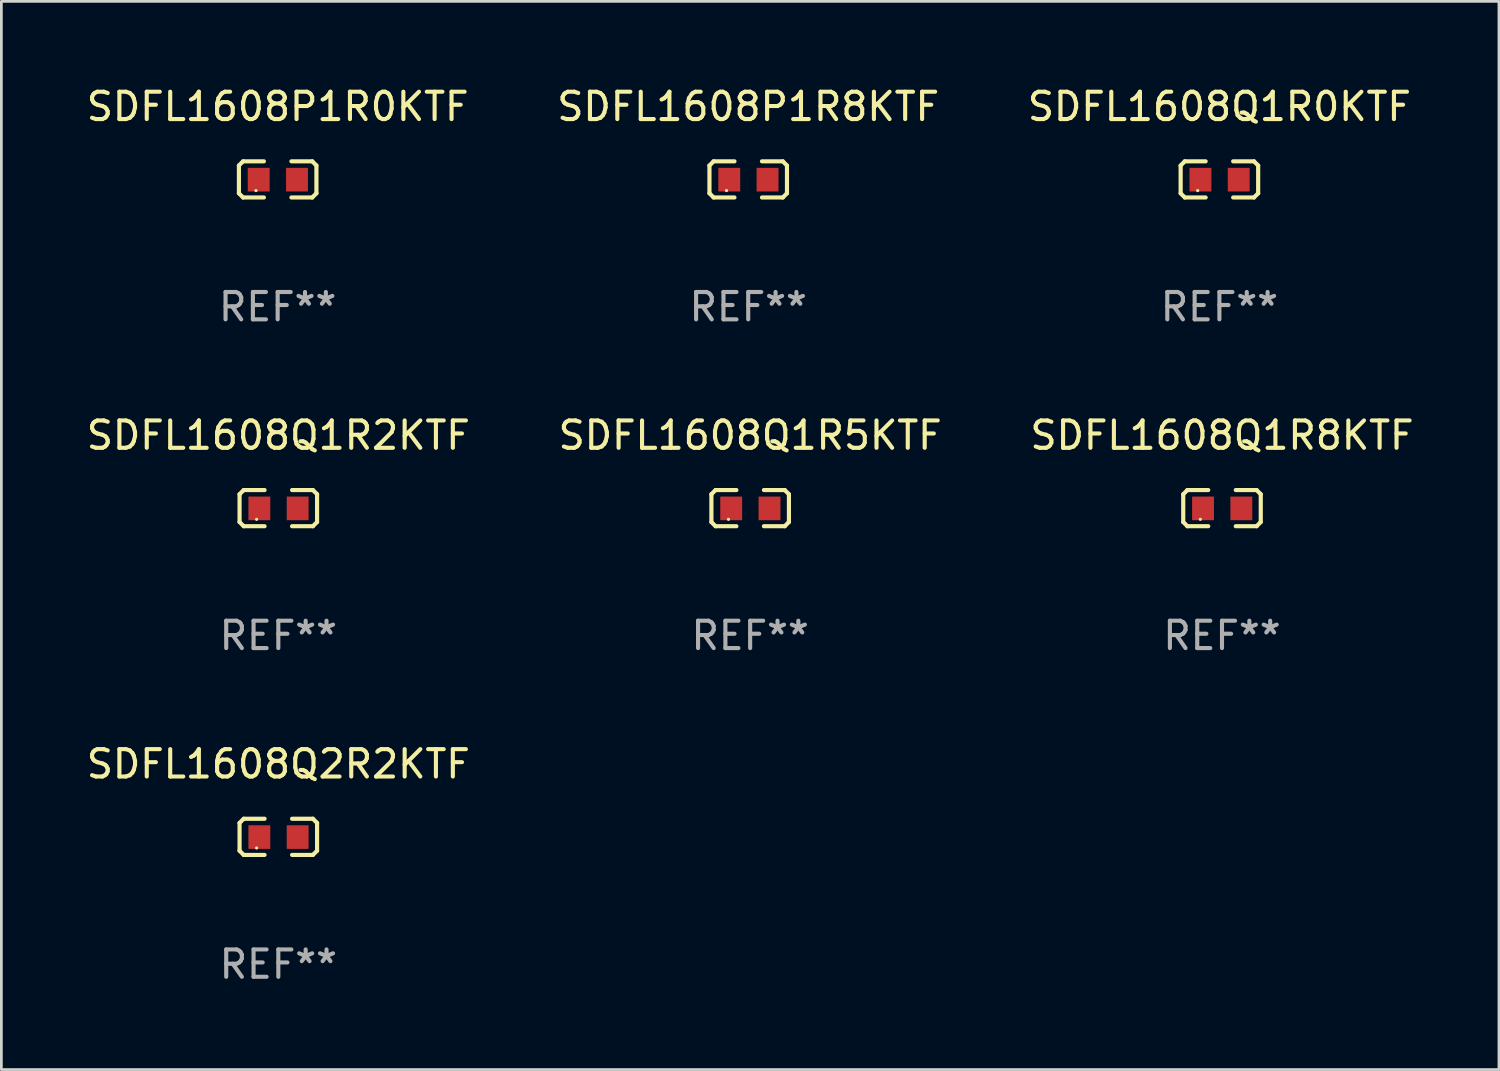
<source format=kicad_pcb>
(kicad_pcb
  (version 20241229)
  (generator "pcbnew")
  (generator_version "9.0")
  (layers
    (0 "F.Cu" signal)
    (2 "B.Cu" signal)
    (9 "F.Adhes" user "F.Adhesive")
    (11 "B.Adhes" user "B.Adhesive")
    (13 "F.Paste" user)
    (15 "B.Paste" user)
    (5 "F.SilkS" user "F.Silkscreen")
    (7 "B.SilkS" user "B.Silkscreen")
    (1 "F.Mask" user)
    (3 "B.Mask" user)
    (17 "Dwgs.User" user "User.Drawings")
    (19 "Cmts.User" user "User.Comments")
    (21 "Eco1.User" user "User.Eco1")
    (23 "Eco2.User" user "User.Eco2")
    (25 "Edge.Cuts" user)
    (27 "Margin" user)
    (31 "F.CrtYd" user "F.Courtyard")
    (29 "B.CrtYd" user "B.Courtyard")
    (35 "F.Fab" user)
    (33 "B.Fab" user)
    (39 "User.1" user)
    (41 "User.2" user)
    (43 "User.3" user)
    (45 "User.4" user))
  (footprint "SDFL1608P1R0KTF"
    (layer "F.Cu")
    (at 7.101 3.509)
    (property "Reference" "SDFL1608P1R0KTF" (at 0 -2.661 0) (layer "F.SilkS") (effects (font (size 1 1) (thickness 0.15))))
    (attr through_hole)
    (fp_line (start -1.417 -0.508) (end -1.265 -0.661) (stroke (width 0.152) (type solid)) (layer "F.SilkS"))
    (fp_line (start -1.417 0.508) (end -1.417 -0.508) (stroke (width 0.152) (type solid)) (layer "F.SilkS"))
    (fp_line (start -1.265 -0.661) (end -0.503 -0.661) (stroke (width 0.152) (type solid)) (layer "F.SilkS"))
    (fp_line (start -1.265 0.661) (end -1.417 0.508) (stroke (width 0.152) (type solid)) (layer "F.SilkS"))
    (fp_line (start -1.265 0.661) (end -0.503 0.661) (stroke (width 0.152) (type solid)) (layer "F.SilkS"))
    (fp_line (start 1.265 -0.661) (end 0.503 -0.661) (stroke (width 0.152) (type solid)) (layer "F.SilkS"))
    (fp_line (start 1.265 -0.661) (end 1.417 -0.508) (stroke (width 0.152) (type solid)) (layer "F.SilkS"))
    (fp_line (start 1.265 0.661) (end 0.503 0.661) (stroke (width 0.152) (type solid)) (layer "F.SilkS"))
    (fp_line (start 1.417 -0.508) (end 1.417 0.508) (stroke (width 0.152) (type solid)) (layer "F.SilkS"))
    (fp_line (start 1.417 0.508) (end 1.265 0.661) (stroke (width 0.152) (type solid)) (layer "F.SilkS"))
    (fp_circle (center -0.793 0.409) (end -0.763 0.409) (stroke (width 0.06) (type solid)) (fill no) (layer "F.SilkS"))
    (fp_text user "REF**" (at 0 4.661 0) (layer "F.Fab") (effects (font (size 1 1) (thickness 0.15))))
    (pad "1" smd rect (at -0.693 0.009 180) (size 0.8 0.864) (layers "F.Cu" "F.Mask" "F.Paste"))
    (pad "2" smd rect (at 0.707 0.009 180) (size 0.8 0.864) (layers "F.Cu" "F.Mask" "F.Paste")))
  (footprint "SDFL1608Q1R2KTF"
    (layer "F.Cu")
    (at 7.125 15.527)
    (property "Reference" "SDFL1608Q1R2KTF" (at 0 -2.661 0) (layer "F.SilkS") (effects (font (size 1 1) (thickness 0.15))))
    (attr through_hole)
    (fp_line (start -1.417 -0.508) (end -1.265 -0.661) (stroke (width 0.152) (type solid)) (layer "F.SilkS"))
    (fp_line (start -1.417 0.508) (end -1.417 -0.508) (stroke (width 0.152) (type solid)) (layer "F.SilkS"))
    (fp_line (start -1.265 -0.661) (end -0.503 -0.661) (stroke (width 0.152) (type solid)) (layer "F.SilkS"))
    (fp_line (start -1.265 0.661) (end -1.417 0.508) (stroke (width 0.152) (type solid)) (layer "F.SilkS"))
    (fp_line (start -1.265 0.661) (end -0.503 0.661) (stroke (width 0.152) (type solid)) (layer "F.SilkS"))
    (fp_line (start 1.265 -0.661) (end 0.503 -0.661) (stroke (width 0.152) (type solid)) (layer "F.SilkS"))
    (fp_line (start 1.265 -0.661) (end 1.417 -0.508) (stroke (width 0.152) (type solid)) (layer "F.SilkS"))
    (fp_line (start 1.265 0.661) (end 0.503 0.661) (stroke (width 0.152) (type solid)) (layer "F.SilkS"))
    (fp_line (start 1.417 -0.508) (end 1.417 0.508) (stroke (width 0.152) (type solid)) (layer "F.SilkS"))
    (fp_line (start 1.417 0.508) (end 1.265 0.661) (stroke (width 0.152) (type solid)) (layer "F.SilkS"))
    (fp_circle (center -0.793 0.409) (end -0.763 0.409) (stroke (width 0.06) (type solid)) (fill no) (layer "F.SilkS"))
    (fp_text user "REF**" (at 0 4.661 0) (layer "F.Fab") (effects (font (size 1 1) (thickness 0.15))))
    (pad "1" smd rect (at -0.693 0.009 180) (size 0.8 0.864) (layers "F.Cu" "F.Mask" "F.Paste"))
    (pad "2" smd rect (at 0.707 0.009 180) (size 0.8 0.864) (layers "F.Cu" "F.Mask" "F.Paste")))
  (footprint "SDFL1608Q1R8KTF"
    (layer "F.Cu")
    (at 41.625 15.527)
    (property "Reference" "SDFL1608Q1R8KTF" (at 0 -2.661 0) (layer "F.SilkS") (effects (font (size 1 1) (thickness 0.15))))
    (attr through_hole)
    (fp_line (start -1.417 -0.508) (end -1.265 -0.661) (stroke (width 0.152) (type solid)) (layer "F.SilkS"))
    (fp_line (start -1.417 0.508) (end -1.417 -0.508) (stroke (width 0.152) (type solid)) (layer "F.SilkS"))
    (fp_line (start -1.265 -0.661) (end -0.503 -0.661) (stroke (width 0.152) (type solid)) (layer "F.SilkS"))
    (fp_line (start -1.265 0.661) (end -1.417 0.508) (stroke (width 0.152) (type solid)) (layer "F.SilkS"))
    (fp_line (start -1.265 0.661) (end -0.503 0.661) (stroke (width 0.152) (type solid)) (layer "F.SilkS"))
    (fp_line (start 1.265 -0.661) (end 0.503 -0.661) (stroke (width 0.152) (type solid)) (layer "F.SilkS"))
    (fp_line (start 1.265 -0.661) (end 1.417 -0.508) (stroke (width 0.152) (type solid)) (layer "F.SilkS"))
    (fp_line (start 1.265 0.661) (end 0.503 0.661) (stroke (width 0.152) (type solid)) (layer "F.SilkS"))
    (fp_line (start 1.417 -0.508) (end 1.417 0.508) (stroke (width 0.152) (type solid)) (layer "F.SilkS"))
    (fp_line (start 1.417 0.508) (end 1.265 0.661) (stroke (width 0.152) (type solid)) (layer "F.SilkS"))
    (fp_circle (center -0.793 0.409) (end -0.763 0.409) (stroke (width 0.06) (type solid)) (fill no) (layer "F.SilkS"))
    (fp_text user "REF**" (at 0 4.661 0) (layer "F.Fab") (effects (font (size 1 1) (thickness 0.15))))
    (pad "1" smd rect (at -0.693 0.009 180) (size 0.8 0.864) (layers "F.Cu" "F.Mask" "F.Paste"))
    (pad "2" smd rect (at 0.707 0.009 180) (size 0.8 0.864) (layers "F.Cu" "F.Mask" "F.Paste")))
  (footprint "SDFL1608P1R8KTF"
    (layer "F.Cu")
    (at 24.304 3.509)
    (property "Reference" "SDFL1608P1R8KTF" (at 0 -2.661 0) (layer "F.SilkS") (effects (font (size 1 1) (thickness 0.15))))
    (attr through_hole)
    (fp_line (start -1.417 -0.508) (end -1.265 -0.661) (stroke (width 0.152) (type solid)) (layer "F.SilkS"))
    (fp_line (start -1.417 0.508) (end -1.417 -0.508) (stroke (width 0.152) (type solid)) (layer "F.SilkS"))
    (fp_line (start -1.265 -0.661) (end -0.503 -0.661) (stroke (width 0.152) (type solid)) (layer "F.SilkS"))
    (fp_line (start -1.265 0.661) (end -1.417 0.508) (stroke (width 0.152) (type solid)) (layer "F.SilkS"))
    (fp_line (start -1.265 0.661) (end -0.503 0.661) (stroke (width 0.152) (type solid)) (layer "F.SilkS"))
    (fp_line (start 1.265 -0.661) (end 0.503 -0.661) (stroke (width 0.152) (type solid)) (layer "F.SilkS"))
    (fp_line (start 1.265 -0.661) (end 1.417 -0.508) (stroke (width 0.152) (type solid)) (layer "F.SilkS"))
    (fp_line (start 1.265 0.661) (end 0.503 0.661) (stroke (width 0.152) (type solid)) (layer "F.SilkS"))
    (fp_line (start 1.417 -0.508) (end 1.417 0.508) (stroke (width 0.152) (type solid)) (layer "F.SilkS"))
    (fp_line (start 1.417 0.508) (end 1.265 0.661) (stroke (width 0.152) (type solid)) (layer "F.SilkS"))
    (fp_circle (center -0.793 0.409) (end -0.763 0.409) (stroke (width 0.06) (type solid)) (fill no) (layer "F.SilkS"))
    (fp_text user "REF**" (at 0 4.661 0) (layer "F.Fab") (effects (font (size 1 1) (thickness 0.15))))
    (pad "1" smd rect (at -0.693 0.009 180) (size 0.8 0.864) (layers "F.Cu" "F.Mask" "F.Paste"))
    (pad "2" smd rect (at 0.707 0.009 180) (size 0.8 0.864) (layers "F.Cu" "F.Mask" "F.Paste")))
  (footprint "SDFL1608Q1R0KTF"
    (layer "F.Cu")
    (at 41.53 3.509)
    (property "Reference" "SDFL1608Q1R0KTF" (at 0 -2.661 0) (layer "F.SilkS") (effects (font (size 1 1) (thickness 0.15))))
    (attr through_hole)
    (fp_line (start -1.417 -0.508) (end -1.265 -0.661) (stroke (width 0.152) (type solid)) (layer "F.SilkS"))
    (fp_line (start -1.417 0.508) (end -1.417 -0.508) (stroke (width 0.152) (type solid)) (layer "F.SilkS"))
    (fp_line (start -1.265 -0.661) (end -0.503 -0.661) (stroke (width 0.152) (type solid)) (layer "F.SilkS"))
    (fp_line (start -1.265 0.661) (end -1.417 0.508) (stroke (width 0.152) (type solid)) (layer "F.SilkS"))
    (fp_line (start -1.265 0.661) (end -0.503 0.661) (stroke (width 0.152) (type solid)) (layer "F.SilkS"))
    (fp_line (start 1.265 -0.661) (end 0.503 -0.661) (stroke (width 0.152) (type solid)) (layer "F.SilkS"))
    (fp_line (start 1.265 -0.661) (end 1.417 -0.508) (stroke (width 0.152) (type solid)) (layer "F.SilkS"))
    (fp_line (start 1.265 0.661) (end 0.503 0.661) (stroke (width 0.152) (type solid)) (layer "F.SilkS"))
    (fp_line (start 1.417 -0.508) (end 1.417 0.508) (stroke (width 0.152) (type solid)) (layer "F.SilkS"))
    (fp_line (start 1.417 0.508) (end 1.265 0.661) (stroke (width 0.152) (type solid)) (layer "F.SilkS"))
    (fp_circle (center -0.793 0.409) (end -0.763 0.409) (stroke (width 0.06) (type solid)) (fill no) (layer "F.SilkS"))
    (fp_text user "REF**" (at 0 4.661 0) (layer "F.Fab") (effects (font (size 1 1) (thickness 0.15))))
    (pad "1" smd rect (at -0.693 0.009 180) (size 0.8 0.864) (layers "F.Cu" "F.Mask" "F.Paste"))
    (pad "2" smd rect (at 0.707 0.009 180) (size 0.8 0.864) (layers "F.Cu" "F.Mask" "F.Paste")))
  (footprint "SDFL1608Q2R2KTF"
    (layer "F.Cu")
    (at 7.125 27.544)
    (property "Reference" "SDFL1608Q2R2KTF" (at 0 -2.661 0) (layer "F.SilkS") (effects (font (size 1 1) (thickness 0.15))))
    (attr through_hole)
    (fp_line (start -1.417 -0.508) (end -1.265 -0.661) (stroke (width 0.152) (type solid)) (layer "F.SilkS"))
    (fp_line (start -1.417 0.508) (end -1.417 -0.508) (stroke (width 0.152) (type solid)) (layer "F.SilkS"))
    (fp_line (start -1.265 -0.661) (end -0.503 -0.661) (stroke (width 0.152) (type solid)) (layer "F.SilkS"))
    (fp_line (start -1.265 0.661) (end -1.417 0.508) (stroke (width 0.152) (type solid)) (layer "F.SilkS"))
    (fp_line (start -1.265 0.661) (end -0.503 0.661) (stroke (width 0.152) (type solid)) (layer "F.SilkS"))
    (fp_line (start 1.265 -0.661) (end 0.503 -0.661) (stroke (width 0.152) (type solid)) (layer "F.SilkS"))
    (fp_line (start 1.265 -0.661) (end 1.417 -0.508) (stroke (width 0.152) (type solid)) (layer "F.SilkS"))
    (fp_line (start 1.265 0.661) (end 0.503 0.661) (stroke (width 0.152) (type solid)) (layer "F.SilkS"))
    (fp_line (start 1.417 -0.508) (end 1.417 0.508) (stroke (width 0.152) (type solid)) (layer "F.SilkS"))
    (fp_line (start 1.417 0.508) (end 1.265 0.661) (stroke (width 0.152) (type solid)) (layer "F.SilkS"))
    (fp_circle (center -0.793 0.409) (end -0.763 0.409) (stroke (width 0.06) (type solid)) (fill no) (layer "F.SilkS"))
    (fp_text user "REF**" (at 0 4.661 0) (layer "F.Fab") (effects (font (size 1 1) (thickness 0.15))))
    (pad "1" smd rect (at -0.693 0.009 180) (size 0.8 0.864) (layers "F.Cu" "F.Mask" "F.Paste"))
    (pad "2" smd rect (at 0.707 0.009 180) (size 0.8 0.864) (layers "F.Cu" "F.Mask" "F.Paste")))
  (footprint "SDFL1608Q1R5KTF"
    (layer "F.Cu")
    (at 24.375 15.527)
    (property "Reference" "SDFL1608Q1R5KTF" (at 0 -2.661 0) (layer "F.SilkS") (effects (font (size 1 1) (thickness 0.15))))
    (attr through_hole)
    (fp_line (start -1.417 -0.508) (end -1.265 -0.661) (stroke (width 0.152) (type solid)) (layer "F.SilkS"))
    (fp_line (start -1.417 0.508) (end -1.417 -0.508) (stroke (width 0.152) (type solid)) (layer "F.SilkS"))
    (fp_line (start -1.265 -0.661) (end -0.503 -0.661) (stroke (width 0.152) (type solid)) (layer "F.SilkS"))
    (fp_line (start -1.265 0.661) (end -1.417 0.508) (stroke (width 0.152) (type solid)) (layer "F.SilkS"))
    (fp_line (start -1.265 0.661) (end -0.503 0.661) (stroke (width 0.152) (type solid)) (layer "F.SilkS"))
    (fp_line (start 1.265 -0.661) (end 0.503 -0.661) (stroke (width 0.152) (type solid)) (layer "F.SilkS"))
    (fp_line (start 1.265 -0.661) (end 1.417 -0.508) (stroke (width 0.152) (type solid)) (layer "F.SilkS"))
    (fp_line (start 1.265 0.661) (end 0.503 0.661) (stroke (width 0.152) (type solid)) (layer "F.SilkS"))
    (fp_line (start 1.417 -0.508) (end 1.417 0.508) (stroke (width 0.152) (type solid)) (layer "F.SilkS"))
    (fp_line (start 1.417 0.508) (end 1.265 0.661) (stroke (width 0.152) (type solid)) (layer "F.SilkS"))
    (fp_circle (center -0.793 0.409) (end -0.763 0.409) (stroke (width 0.06) (type solid)) (fill no) (layer "F.SilkS"))
    (fp_text user "REF**" (at 0 4.661 0) (layer "F.Fab") (effects (font (size 1 1) (thickness 0.15))))
    (pad "1" smd rect (at -0.693 0.009 180) (size 0.8 0.864) (layers "F.Cu" "F.Mask" "F.Paste"))
    (pad "2" smd rect (at 0.707 0.009 180) (size 0.8 0.864) (layers "F.Cu" "F.Mask" "F.Paste")))
  (gr_rect
    (start -3 -3)
    (end 51.75 36.053)
    (stroke (width 0.1) (type default))
    (fill no)
    (layer "Edge.Cuts")))
</source>
